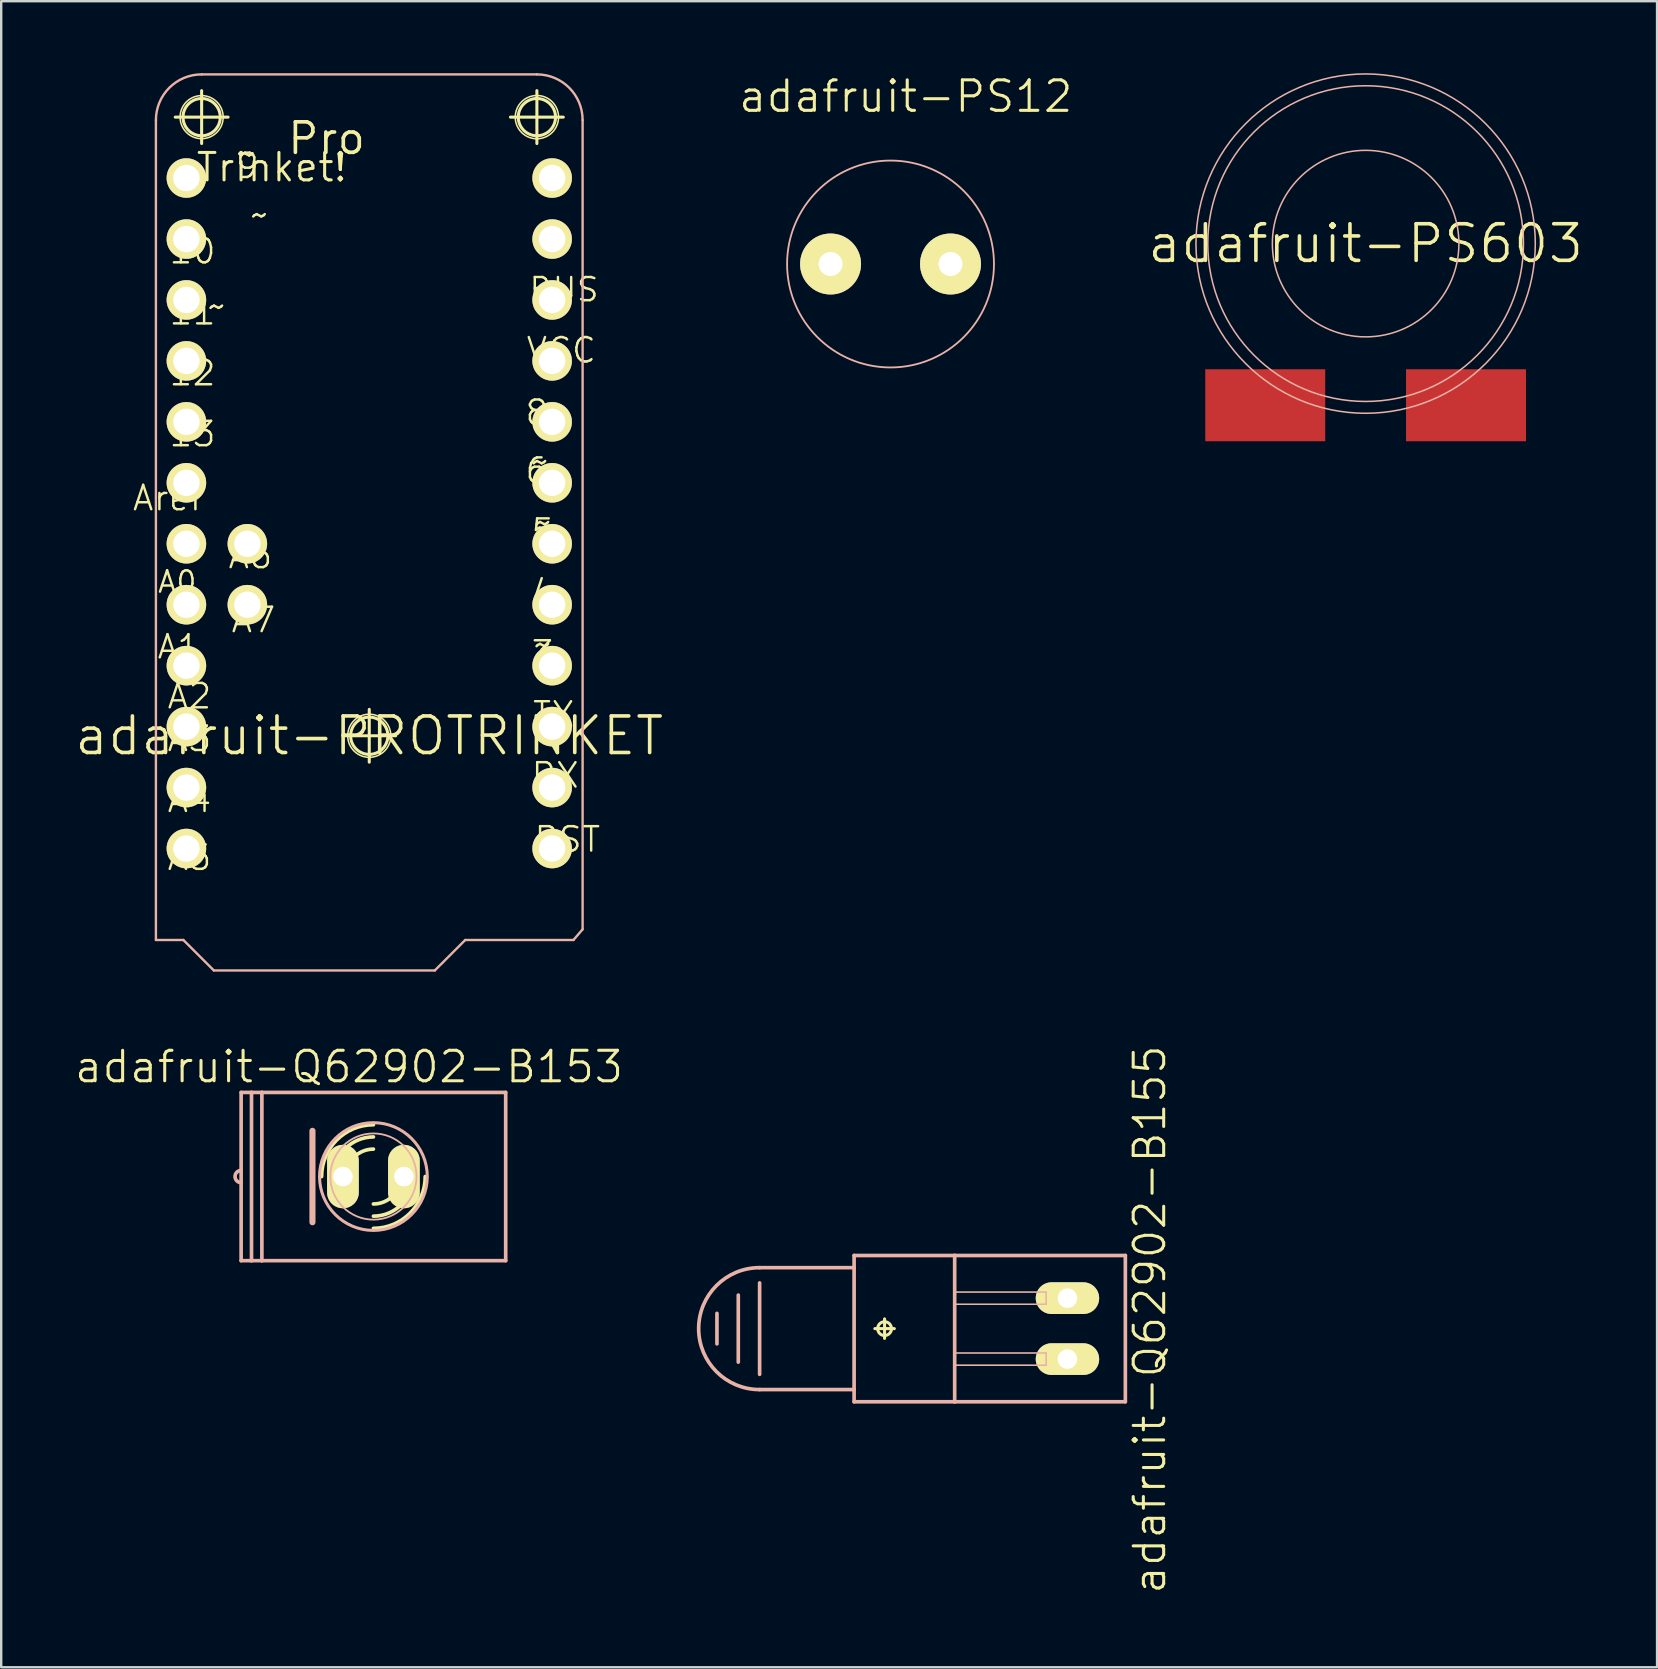
<source format=kicad_pcb>
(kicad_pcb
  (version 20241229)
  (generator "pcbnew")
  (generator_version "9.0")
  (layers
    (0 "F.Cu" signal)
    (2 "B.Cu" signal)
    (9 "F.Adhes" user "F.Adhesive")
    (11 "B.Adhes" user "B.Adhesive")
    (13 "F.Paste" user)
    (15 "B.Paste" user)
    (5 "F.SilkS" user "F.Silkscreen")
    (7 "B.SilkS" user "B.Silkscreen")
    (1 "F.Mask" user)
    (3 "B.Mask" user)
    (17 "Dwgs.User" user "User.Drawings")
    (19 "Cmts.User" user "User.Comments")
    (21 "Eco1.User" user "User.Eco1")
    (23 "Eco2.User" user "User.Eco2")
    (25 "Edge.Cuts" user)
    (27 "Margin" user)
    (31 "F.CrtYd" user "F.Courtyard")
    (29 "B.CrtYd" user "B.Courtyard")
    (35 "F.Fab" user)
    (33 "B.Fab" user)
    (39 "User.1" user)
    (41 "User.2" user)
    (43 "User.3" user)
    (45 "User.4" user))
  (footprint "adafruit-Q62902-B155"
    (layer "F.Cu")
    (at 33.81 52.313)
    (property "Reference" "adafruit-Q62902-B155" (at 11.049 -0.381 90) (layer "F.SilkS") (effects (font (size 1.27 1.27) (thickness 0.127))))
    (attr exclude_from_pos_files exclude_from_bom)
    (fp_line (start -0.406 0) (end 0.406 0) (stroke (width 0.127) (type solid)) (layer "F.SilkS"))
    (fp_line (start 0 0.406) (end 0 -0.406) (stroke (width 0.127) (type solid)) (layer "F.SilkS"))
    (fp_circle (center 0 0) (end -0.203 0.203) (stroke (width 0.127) (type solid)) (fill no) (layer "F.SilkS"))
    (fp_line (start -6.985 -0.635) (end -6.985 0.635) (stroke (width 0.152) (type solid)) (layer "B.SilkS"))
    (fp_line (start -6.096 -1.397) (end -6.096 1.397) (stroke (width 0.152) (type solid)) (layer "B.SilkS"))
    (fp_line (start -5.207 -1.905) (end -5.207 1.905) (stroke (width 0.152) (type solid)) (layer "B.SilkS"))
    (fp_line (start -5.207 2.54) (end -1.27 2.54) (stroke (width 0.152) (type solid)) (layer "B.SilkS"))
    (fp_line (start -1.27 -2.54) (end -5.207 -2.54) (stroke (width 0.152) (type solid)) (layer "B.SilkS"))
    (fp_line (start -1.27 -2.54) (end -1.27 -3.048) (stroke (width 0.152) (type solid)) (layer "B.SilkS"))
    (fp_line (start -1.27 2.54) (end -1.27 -2.54) (stroke (width 0.152) (type solid)) (layer "B.SilkS"))
    (fp_line (start -1.27 3.048) (end -1.27 2.54) (stroke (width 0.152) (type solid)) (layer "B.SilkS"))
    (fp_line (start -1.27 3.048) (end 2.921 3.048) (stroke (width 0.152) (type solid)) (layer "B.SilkS"))
    (fp_line (start 2.921 -3.048) (end -1.27 -3.048) (stroke (width 0.152) (type solid)) (layer "B.SilkS"))
    (fp_line (start 2.921 -1.524) (end 6.731 -1.524) (stroke (width 0.066) (type solid)) (layer "B.SilkS"))
    (fp_line (start 2.921 -1.016) (end 2.921 -1.524) (stroke (width 0.066) (type solid)) (layer "B.SilkS"))
    (fp_line (start 2.921 -1.016) (end 6.731 -1.016) (stroke (width 0.066) (type solid)) (layer "B.SilkS"))
    (fp_line (start 2.921 1.016) (end 6.731 1.016) (stroke (width 0.066) (type solid)) (layer "B.SilkS"))
    (fp_line (start 2.921 1.524) (end 2.921 1.016) (stroke (width 0.066) (type solid)) (layer "B.SilkS"))
    (fp_line (start 2.921 1.524) (end 6.731 1.524) (stroke (width 0.066) (type solid)) (layer "B.SilkS"))
    (fp_line (start 2.921 3.048) (end 2.921 -3.048) (stroke (width 0.152) (type solid)) (layer "B.SilkS"))
    (fp_line (start 2.921 3.048) (end 10.033 3.048) (stroke (width 0.152) (type solid)) (layer "B.SilkS"))
    (fp_line (start 6.731 -1.016) (end 6.731 -1.524) (stroke (width 0.066) (type solid)) (layer "B.SilkS"))
    (fp_line (start 6.731 1.524) (end 6.731 1.016) (stroke (width 0.066) (type solid)) (layer "B.SilkS"))
    (fp_line (start 10.033 -3.048) (end 2.921 -3.048) (stroke (width 0.152) (type solid)) (layer "B.SilkS"))
    (fp_line (start 10.033 -3.048) (end 10.033 3.048) (stroke (width 0.152) (type solid)) (layer "B.SilkS"))
    (fp_arc (start -5.207 2.54) (mid -7.747 0) (end -5.207 -2.54) (stroke (width 0.1524) (type solid)) (layer "B.SilkS"))
    (pad "A" thru_hole oval (at 7.62 1.27 90) (size 1.321 2.642) (drill 0.813) (layers "*.Cu" "F.Mask" "F.SilkS" "F.Paste"))
    (pad "K" thru_hole oval (at 7.62 -1.27 90) (size 1.321 2.642) (drill 0.813) (layers "*.Cu" "F.Mask" "F.SilkS" "F.Paste")))
  (footprint "adafruit-Q62902-B153"
    (layer "F.Cu")
    (at 12.51 45.976)
    (property "Reference" "adafruit-Q62902-B153" (at -1.016 -4.572 0) (layer "F.SilkS") (effects (font (size 1.27 1.27) (thickness 0.127))))
    (attr exclude_from_pos_files exclude_from_bom)
    (fp_arc (start -2.159 0) (mid -1.526644 -1.526644) (end 0 -2.159) (stroke (width 0.1524) (type solid)) (layer "F.SilkS"))
    (fp_arc (start -1.651 0) (mid -1.167433 -1.167433) (end 0 -1.651) (stroke (width 0.1524) (type solid)) (layer "F.SilkS"))
    (fp_arc (start -1.143 0) (mid -0.808223 -0.808223) (end 0 -1.143) (stroke (width 0.1524) (type solid)) (layer "F.SilkS"))
    (fp_arc (start 1.143 0) (mid 0.808223 0.808223) (end 0 1.143) (stroke (width 0.1524) (type solid)) (layer "F.SilkS"))
    (fp_arc (start 1.651 0) (mid 1.167433 1.167433) (end 0 1.651) (stroke (width 0.1524) (type solid)) (layer "F.SilkS"))
    (fp_arc (start 2.159 0) (mid 1.526644 1.526644) (end 0 2.159) (stroke (width 0.1524) (type solid)) (layer "F.SilkS"))
    (fp_line (start -5.512 3.505) (end -5.512 -3.505) (stroke (width 0.152) (type solid)) (layer "B.SilkS"))
    (fp_line (start -5.08 -3.505) (end -5.512 -3.505) (stroke (width 0.152) (type solid)) (layer "B.SilkS"))
    (fp_line (start -5.08 3.505) (end -5.512 3.505) (stroke (width 0.152) (type solid)) (layer "B.SilkS"))
    (fp_line (start -5.08 3.505) (end -5.08 -3.505) (stroke (width 0.152) (type solid)) (layer "B.SilkS"))
    (fp_line (start -4.648 -3.505) (end -5.08 -3.505) (stroke (width 0.152) (type solid)) (layer "B.SilkS"))
    (fp_line (start -4.648 -3.505) (end -4.648 3.505) (stroke (width 0.152) (type solid)) (layer "B.SilkS"))
    (fp_line (start -4.648 -3.505) (end 5.512 -3.505) (stroke (width 0.152) (type solid)) (layer "B.SilkS"))
    (fp_line (start -4.648 3.505) (end -5.08 3.505) (stroke (width 0.152) (type solid)) (layer "B.SilkS"))
    (fp_line (start -2.54 -1.905) (end -2.54 1.905) (stroke (width 0.254) (type solid)) (layer "B.SilkS"))
    (fp_line (start 5.512 -3.505) (end 5.512 3.505) (stroke (width 0.152) (type solid)) (layer "B.SilkS"))
    (fp_line (start 5.512 3.505) (end -4.648 3.505) (stroke (width 0.152) (type solid)) (layer "B.SilkS"))
    (fp_arc (start -5.5118 0.254) (mid -5.7658 0) (end -5.5118 -0.254) (stroke (width 0.1524) (type solid)) (layer "B.SilkS"))
    (fp_circle (center 0 0) (end -1.587 1.587) (stroke (width 0.127) (type solid)) (fill no) (layer "B.SilkS"))
    (fp_circle (center 0 0) (end -1.27 1.27) (stroke (width 0.076) (type solid)) (fill no) (layer "B.SilkS"))
    (pad "A" thru_hole oval (at 1.27 0 180) (size 1.321 2.642) (drill 0.813) (layers "*.Cu" "F.Mask" "F.SilkS" "F.Paste"))
    (pad "K" thru_hole oval (at -1.27 0 180) (size 1.321 2.642) (drill 0.813) (layers "*.Cu" "F.Mask" "F.SilkS" "F.Paste")))
  (footprint "adafruit-PS603"
    (layer "F.Cu")
    (at 53.855 7.101)
    (property "Reference" "adafruit-PS603" (at 0 0 0) (layer "F.SilkS") (effects (font (size 1.524 1.524) (thickness 0.15))))
    (attr smd)
    (fp_circle (center 0 0) (end -4.999 4.999) (stroke (width 0.064) (type solid)) (fill no) (layer "B.SilkS"))
    (fp_circle (center 0 0) (end -4.651 4.651) (stroke (width 0.064) (type solid)) (fill no) (layer "B.SilkS"))
    (fp_circle (center 0 0) (end -2.748 2.748) (stroke (width 0.064) (type solid)) (fill no) (layer "B.SilkS"))
    (pad "1" smd rect (at -4.183 6.736 90) (size 3 4.999) (layers "F.Cu" "F.Mask" "F.Paste"))
    (pad "2" smd rect (at 4.183 6.736 90) (size 3 4.999) (layers "F.Cu" "F.Mask" "F.Paste")))
  (footprint "adafruit-PROTRINKET"
    (layer "F.Cu")
    (at 12.337 27.609)
    (property "Reference" "adafruit-PROTRINKET" (at 0 0 0) (layer "F.SilkS") (effects (font (size 1.524 1.524) (thickness 0.15))))
    (attr exclude_from_pos_files exclude_from_bom)
    (fp_line (start -8.085 -25.778) (end -5.883 -25.778) (stroke (width 0.127) (type solid)) (layer "F.SilkS"))
    (fp_line (start -6.985 -24.679) (end -6.985 -26.881) (stroke (width 0.127) (type solid)) (layer "F.SilkS"))
    (fp_line (start -1.1 0) (end 1.1 0) (stroke (width 0.127) (type solid)) (layer "F.SilkS"))
    (fp_line (start 0 1.1) (end 0 -1.1) (stroke (width 0.127) (type solid)) (layer "F.SilkS"))
    (fp_line (start 5.883 -25.778) (end 8.085 -25.778) (stroke (width 0.127) (type solid)) (layer "F.SilkS"))
    (fp_line (start 6.985 -24.679) (end 6.985 -26.881) (stroke (width 0.127) (type solid)) (layer "F.SilkS"))
    (fp_circle (center -6.985 -25.778) (end -7.62 -26.413) (stroke (width 0.064) (type solid)) (fill no) (layer "F.SilkS"))
    (fp_circle (center -6.985 -25.778) (end -7.534 -26.327) (stroke (width 0.127) (type solid)) (fill no) (layer "F.SilkS"))
    (fp_circle (center 0 0) (end -0.635 0.635) (stroke (width 0.064) (type solid)) (fill no) (layer "F.SilkS"))
    (fp_circle (center 0 0) (end -0.549 0.549) (stroke (width 0.127) (type solid)) (fill no) (layer "F.SilkS"))
    (fp_circle (center 6.985 -25.778) (end 7.534 -26.327) (stroke (width 0.127) (type solid)) (fill no) (layer "F.SilkS"))
    (fp_circle (center 6.985 -25.778) (end 7.623 -26.416) (stroke (width 0.064) (type solid)) (fill no) (layer "F.SilkS"))
    (fp_line (start -8.89 -25.654) (end -8.89 8.509) (stroke (width 0.1) (type solid)) (layer "B.SilkS"))
    (fp_line (start -8.89 8.509) (end -7.747 8.509) (stroke (width 0.1) (type solid)) (layer "B.SilkS"))
    (fp_line (start -7.747 8.509) (end -6.477 9.779) (stroke (width 0.1) (type solid)) (layer "B.SilkS"))
    (fp_line (start -6.477 9.779) (end 2.731 9.779) (stroke (width 0.1) (type solid)) (layer "B.SilkS"))
    (fp_line (start 2.731 9.779) (end 4 8.509) (stroke (width 0.1) (type solid)) (layer "B.SilkS"))
    (fp_line (start 4 8.509) (end 8.509 8.509) (stroke (width 0.1) (type solid)) (layer "B.SilkS"))
    (fp_line (start 6.985 -27.559) (end -6.985 -27.559) (stroke (width 0.1) (type solid)) (layer "B.SilkS"))
    (fp_line (start 8.509 8.509) (end 8.89 8.065) (stroke (width 0.1) (type solid)) (layer "B.SilkS"))
    (fp_line (start 8.89 8.065) (end 8.89 -25.654) (stroke (width 0.1) (type solid)) (layer "B.SilkS"))
    (fp_arc (start -8.89 -25.654) (mid -8.332038 -27.001038) (end -6.985 -27.559) (stroke (width 0.1) (type solid)) (layer "B.SilkS"))
    (fp_arc (start 6.985 -27.559) (mid 8.332038 -27.001038) (end 8.89 -25.654) (stroke (width 0.1) (type solid)) (layer "B.SilkS"))
    (fp_text user "6" (at 6.985 -11.049 0) (layer "F.SilkS") (effects (font (size 1.016 1.016) (thickness 0.102))))
    (fp_text user "A3" (at -7.493 0.127 180) (layer "F.SilkS") (effects (font (size 1.016 1.016) (thickness 0.102))))
    (fp_text user "11" (at -7.366 -17.65 180) (layer "F.SilkS") (effects (font (size 1.016 1.016) (thickness 0.102))))
    (fp_text user "~" (at -4.572 -21.717 0) (layer "F.SilkS") (effects (font (size 1.016 1.016) (thickness 0.102))))
    (fp_text user "4" (at 7.236 -5.969 0) (layer "F.SilkS") (effects (font (size 1.016 1.016) (thickness 0.102))))
    (fp_text user "Trinket!" (at -4.064 -23.686 180) (layer "F.SilkS") (effects (font (size 1.143 1.143) (thickness 0.127))))
    (fp_text user "10" (at -7.366 -20.193 180) (layer "F.SilkS") (effects (font (size 1.016 1.016) (thickness 0.102))))
    (fp_text user "RST" (at 8.255 4.318 0) (layer "F.SilkS") (effects (font (size 1.016 1.016) (thickness 0.102))))
    (fp_text user "3" (at 7.236 -3.429 0) (layer "F.SilkS") (effects (font (size 1.016 1.016) (thickness 0.102))))
    (fp_text user "TX" (at 7.684 -0.889 0) (layer "F.SilkS") (effects (font (size 1.016 1.016) (thickness 0.102))))
    (fp_text user "A6" (at -4.953 -7.493 180) (layer "F.SilkS") (effects (font (size 1.016 1.016) (thickness 0.102))))
    (fp_text user "A7" (at -4.826 -4.826 180) (layer "F.SilkS") (effects (font (size 1.016 1.016) (thickness 0.102))))
    (fp_text user "BUS" (at 8.115 -18.593 0) (layer "F.SilkS") (effects (font (size 0.965 0.965) (thickness 0.102))))
    (fp_text user "A1" (at -7.95 -3.708 180) (layer "F.SilkS") (effects (font (size 0.965 0.965) (thickness 0.102))))
    (fp_text user "9" (at -5.08 -23.749 0) (layer "F.SilkS") (effects (font (size 1.016 1.016) (thickness 0.102))))
    (fp_text user "~" (at 7.236 -3.81 0) (layer "F.SilkS") (effects (font (size 1.016 1.016) (thickness 0.102))))
    (fp_text user "Pro" (at -1.778 -24.892 180) (layer "F.SilkS") (effects (font (size 1.27 1.27) (thickness 0.152))))
    (fp_text user "A5" (at -7.493 5.08 180) (layer "F.SilkS") (effects (font (size 1.016 1.016) (thickness 0.102))))
    (fp_text user "A0" (at -8.001 -6.413 180) (layer "F.SilkS") (effects (font (size 0.889 0.889) (thickness 0.102))))
    (fp_text user "5" (at 7.236 -8.509 0) (layer "F.SilkS") (effects (font (size 1.016 1.016) (thickness 0.102))))
    (fp_text user "~" (at 7.236 -8.89 0) (layer "F.SilkS") (effects (font (size 1.016 1.016) (thickness 0.102))))
    (fp_text user "Aref" (at -8.382 -9.906 180) (layer "F.SilkS") (effects (font (size 1.016 1.016) (thickness 0.102))))
    (fp_text user "~" (at -5.08 -24.257 0) (layer "F.SilkS") (effects (font (size 1.016 1.016) (thickness 0.102))))
    (fp_text user "VCC" (at 8.001 -16.063 0) (layer "F.SilkS") (effects (font (size 1.016 1.016) (thickness 0.102))))
    (fp_text user "RX" (at 7.747 1.651 0) (layer "F.SilkS") (effects (font (size 1.016 1.016) (thickness 0.102))))
    (fp_text user "~" (at -6.35 -17.907 180) (layer "F.SilkS") (effects (font (size 1.016 1.016) (thickness 0.102))))
    (fp_text user "8" (at 6.985 -13.462 0) (layer "F.SilkS") (effects (font (size 1.016 1.016) (thickness 0.102))))
    (fp_text user "13" (at -7.366 -12.573 180) (layer "F.SilkS") (effects (font (size 1.016 1.016) (thickness 0.102))))
    (fp_text user "A4" (at -7.493 2.667 180) (layer "F.SilkS") (effects (font (size 1.016 1.016) (thickness 0.102))))
    (fp_text user "~" (at 7.112 -11.43 0) (layer "F.SilkS") (effects (font (size 1.016 1.016) (thickness 0.102))))
    (fp_text user "12" (at -7.366 -15.113 180) (layer "F.SilkS") (effects (font (size 1.016 1.016) (thickness 0.102))))
    (fp_text user "A2" (at -7.493 -1.651 180) (layer "F.SilkS") (effects (font (size 1.016 1.016) (thickness 0.102))))
    (pad "3" thru_hole circle (at 7.62 -2.921) (size 1.648 1.648) (drill 1.1) (layers "*.Cu" "F.Mask" "F.SilkS" "F.Paste"))
    (pad "4" thru_hole circle (at 7.62 -5.461) (size 1.648 1.648) (drill 1.1) (layers "*.Cu" "F.Mask" "F.SilkS" "F.Paste"))
    (pad "5" thru_hole circle (at 7.62 -8.001) (size 1.648 1.648) (drill 1.1) (layers "*.Cu" "F.Mask" "F.SilkS" "F.Paste"))
    (pad "6" thru_hole circle (at 7.62 -10.541) (size 1.648 1.648) (drill 1.1) (layers "*.Cu" "F.Mask" "F.SilkS" "F.Paste"))
    (pad "8" thru_hole circle (at 7.62 -13.081) (size 1.648 1.648) (drill 1.1) (layers "*.Cu" "F.Mask" "F.SilkS" "F.Paste"))
    (pad "9" thru_hole circle (at -7.62 -23.241) (size 1.648 1.648) (drill 1.1) (layers "*.Cu" "F.Mask" "F.SilkS" "F.Paste"))
    (pad "10" thru_hole circle (at -7.62 -20.698) (size 1.648 1.648) (drill 1.1) (layers "*.Cu" "F.Mask" "F.SilkS" "F.Paste"))
    (pad "11" thru_hole circle (at -7.62 -18.161) (size 1.648 1.648) (drill 1.1) (layers "*.Cu" "F.Mask" "F.SilkS" "F.Paste"))
    (pad "12" thru_hole circle (at -7.62 -15.621) (size 1.648 1.648) (drill 1.1) (layers "*.Cu" "F.Mask" "F.SilkS" "F.Paste"))
    (pad "13" thru_hole circle (at -7.62 -13.081) (size 1.648 1.648) (drill 1.1) (layers "*.Cu" "F.Mask" "F.SilkS" "F.Paste"))
    (pad "A0" thru_hole circle (at -7.62 -8.001) (size 1.648 1.648) (drill 1.1) (layers "*.Cu" "F.Mask" "F.SilkS" "F.Paste"))
    (pad "A1" thru_hole circle (at -7.62 -5.461) (size 1.648 1.648) (drill 1.1) (layers "*.Cu" "F.Mask" "F.SilkS" "F.Paste"))
    (pad "A2" thru_hole circle (at -7.62 -2.921) (size 1.648 1.648) (drill 1.1) (layers "*.Cu" "F.Mask" "F.SilkS" "F.Paste"))
    (pad "A3" thru_hole circle (at -7.62 -0.381) (size 1.648 1.648) (drill 1.1) (layers "*.Cu" "F.Mask" "F.SilkS" "F.Paste"))
    (pad "A4" thru_hole circle (at -7.62 2.159) (size 1.648 1.648) (drill 1.1) (layers "*.Cu" "F.Mask" "F.SilkS" "F.Paste"))
    (pad "A5" thru_hole circle (at -7.62 4.699) (size 1.648 1.648) (drill 1.1) (layers "*.Cu" "F.Mask" "F.SilkS" "F.Paste"))
    (pad "A6" thru_hole circle (at -5.08 -8.001) (size 1.648 1.648) (drill 1.1) (layers "*.Cu" "F.Mask" "F.SilkS" "F.Paste"))
    (pad "A7" thru_hole circle (at -5.08 -5.461) (size 1.648 1.648) (drill 1.1) (layers "*.Cu" "F.Mask" "F.SilkS" "F.Paste"))
    (pad "AREF" thru_hole circle (at -7.62 -10.541) (size 1.648 1.648) (drill 1.1) (layers "*.Cu" "F.Mask" "F.SilkS" "F.Paste"))
    (pad "BAT+" thru_hole circle (at 7.62 -23.241) (size 1.648 1.648) (drill 1.1) (layers "*.Cu" "F.Mask" "F.SilkS" "F.Paste"))
    (pad "GND" thru_hole circle (at 7.62 -20.698) (size 1.648 1.648) (drill 1.1) (layers "*.Cu" "F.Mask" "F.SilkS" "F.Paste"))
    (pad "RST" thru_hole circle (at 7.62 4.699) (size 1.648 1.648) (drill 1.1) (layers "*.Cu" "F.Mask" "F.SilkS" "F.Paste"))
    (pad "RX" thru_hole circle (at 7.62 2.159) (size 1.648 1.648) (drill 1.1) (layers "*.Cu" "F.Mask" "F.SilkS" "F.Paste"))
    (pad "TX" thru_hole circle (at 7.62 -0.381) (size 1.648 1.648) (drill 1.1) (layers "*.Cu" "F.Mask" "F.SilkS" "F.Paste"))
    (pad "USB" thru_hole circle (at 7.62 -18.161) (size 1.648 1.648) (drill 1.1) (layers "*.Cu" "F.Mask" "F.SilkS" "F.Paste"))
    (pad "VCC" thru_hole circle (at 7.62 -15.621) (size 1.648 1.648) (drill 1.1) (layers "*.Cu" "F.Mask" "F.SilkS" "F.Paste")))
  (footprint "adafruit-PS12"
    (layer "F.Cu")
    (at 34.058 7.951)
    (property "Reference" "adafruit-PS12" (at 0.635 -6.985 0) (layer "F.SilkS") (effects (font (size 1.27 1.27) (thickness 0.127))))
    (attr exclude_from_pos_files exclude_from_bom)
    (fp_circle (center 0 0) (end -3.048 3.048) (stroke (width 0.076) (type solid)) (fill no) (layer "B.SilkS"))
    (pad "P$1" thru_hole circle (at -2.499 0) (size 2.54 2.54) (drill 0.998) (layers "*.Cu" "F.Mask" "F.SilkS" "F.Paste"))
    (pad "P$2" thru_hole circle (at 2.499 0) (size 2.54 2.54) (drill 0.998) (layers "*.Cu" "F.Mask" "F.SilkS" "F.Paste")))
  (gr_rect
    (start -3 -3)
    (end 65.999 66.425)
    (stroke (width 0.1) (type default))
    (fill no)
    (layer "Edge.Cuts")))
</source>
